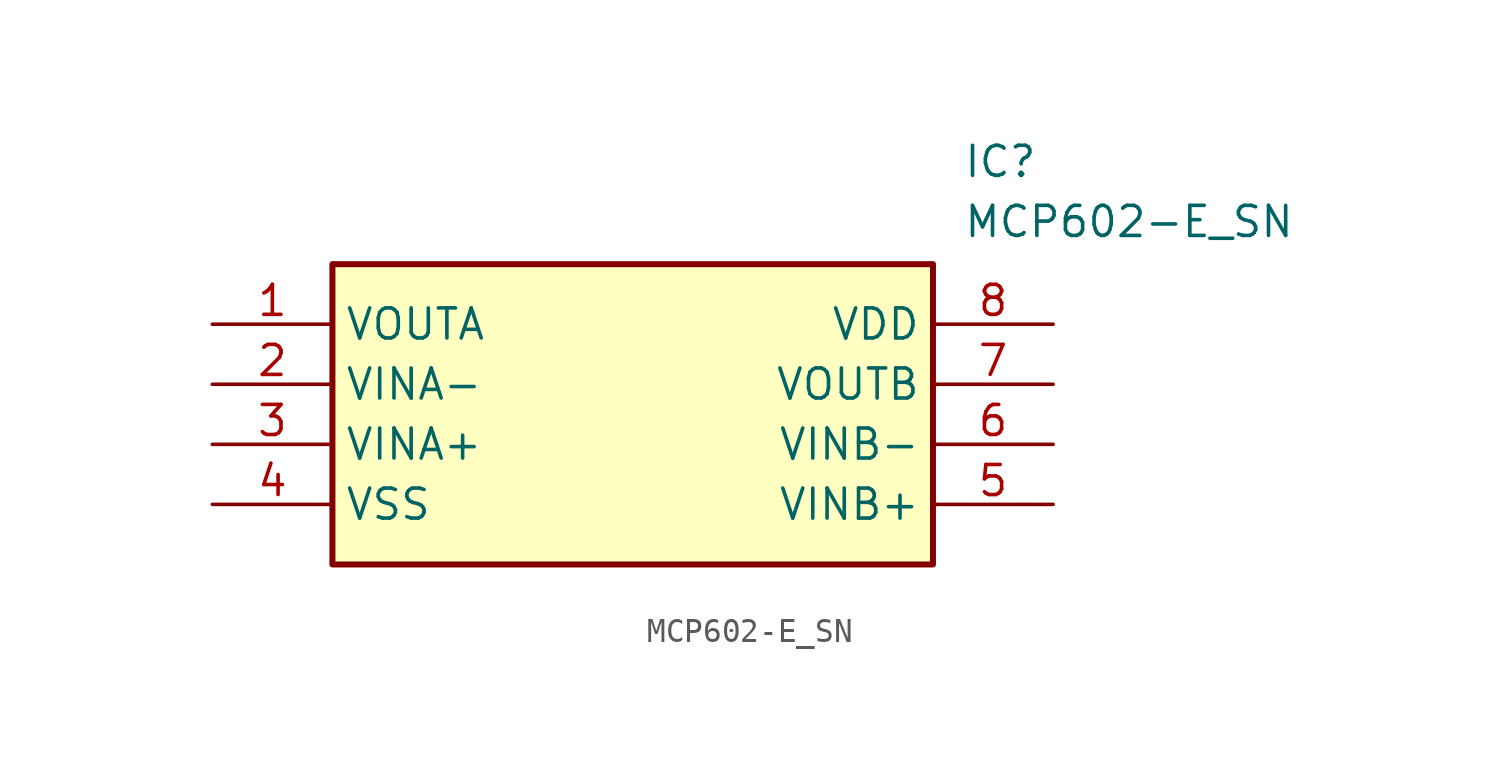
<source format=kicad_sym>
(kicad_symbol_lib
  (version 20211014)
  (generator SamacSys_ECAD_Model)
  (symbol "MCP602-E_SN"
    (property "Reference" "IC"
      (at 31.75 7.62 0)
      (effects (font (size 1.27 1.27)) (justify left top)))
    (property "Value" "MCP602-E_SN"
      (at 31.75 5.08 0)
      (effects (font (size 1.27 1.27)) (justify left top)))
    (rectangle
      (start 5.08 2.54)
      (end 30.48 -10.16)
      (stroke (width 0.254) (type default))
      (fill (type background)))
    (pin passive line
      (at 0 0 0)
      (length 5.08)
      (name "VOUTA" (effects (font (size 1.27 1.27))))
      (number "1" (effects (font (size 1.27 1.27)))))
    (pin passive line
      (at 0 -2.54 0)
      (length 5.08)
      (name "VINA-" (effects (font (size 1.27 1.27))))
      (number "2" (effects (font (size 1.27 1.27)))))
    (pin passive line
      (at 0 -5.08 0)
      (length 5.08)
      (name "VINA+" (effects (font (size 1.27 1.27))))
      (number "3" (effects (font (size 1.27 1.27)))))
    (pin passive line
      (at 0 -7.62 0)
      (length 5.08)
      (name "VSS" (effects (font (size 1.27 1.27))))
      (number "4" (effects (font (size 1.27 1.27)))))
    (pin passive line
      (at 35.56 0 180)
      (length 5.08)
      (name "VDD" (effects (font (size 1.27 1.27))))
      (number "8" (effects (font (size 1.27 1.27)))))
    (pin passive line
      (at 35.56 -2.54 180)
      (length 5.08)
      (name "VOUTB" (effects (font (size 1.27 1.27))))
      (number "7" (effects (font (size 1.27 1.27)))))
    (pin passive line
      (at 35.56 -5.08 180)
      (length 5.08)
      (name "VINB-" (effects (font (size 1.27 1.27))))
      (number "6" (effects (font (size 1.27 1.27)))))
    (pin passive line
      (at 35.56 -7.62 180)
      (length 5.08)
      (name "VINB+" (effects (font (size 1.27 1.27))))
      (number "5" (effects (font (size 1.27 1.27)))))))
</source>
